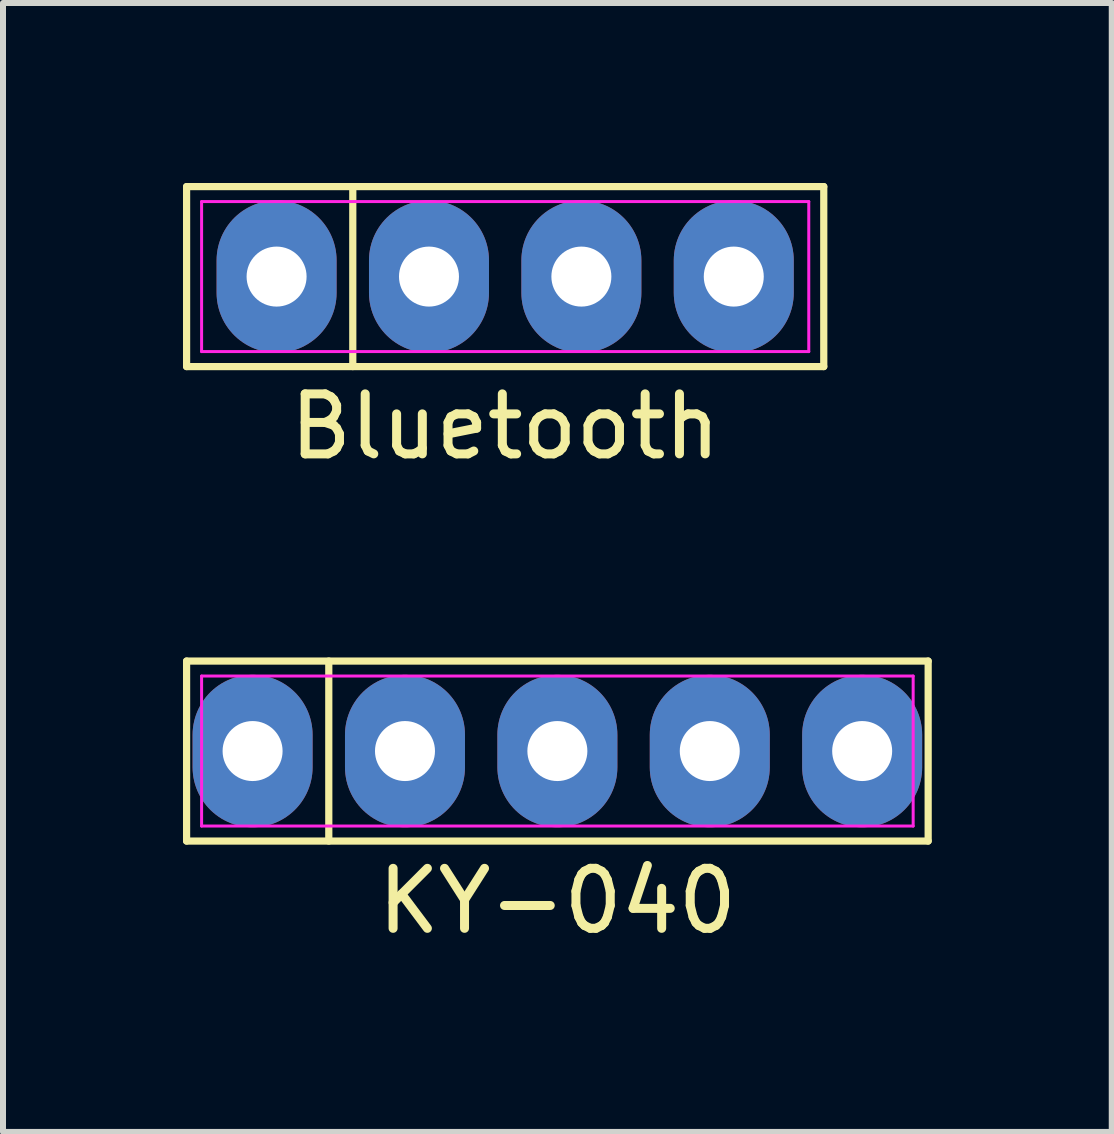
<source format=kicad_pcb>
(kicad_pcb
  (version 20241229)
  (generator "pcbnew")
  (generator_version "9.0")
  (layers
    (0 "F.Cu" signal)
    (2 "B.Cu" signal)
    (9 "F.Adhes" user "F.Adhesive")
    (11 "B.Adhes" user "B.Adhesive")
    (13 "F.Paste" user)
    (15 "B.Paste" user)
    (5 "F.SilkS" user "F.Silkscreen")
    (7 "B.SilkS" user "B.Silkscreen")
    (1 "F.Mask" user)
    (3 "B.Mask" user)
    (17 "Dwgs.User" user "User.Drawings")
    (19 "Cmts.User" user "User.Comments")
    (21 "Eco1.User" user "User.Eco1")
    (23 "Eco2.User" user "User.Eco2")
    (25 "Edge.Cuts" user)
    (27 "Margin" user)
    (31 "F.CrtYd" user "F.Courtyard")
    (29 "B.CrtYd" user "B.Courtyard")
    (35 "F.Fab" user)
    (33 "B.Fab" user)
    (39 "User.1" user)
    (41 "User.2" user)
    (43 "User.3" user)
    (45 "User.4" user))
  (footprint "KY-040"
    (layer "F.Cu")
    (at 6.24 9.468)
    (property "Reference" "KY-040" (at 0 2.5 0) (layer "F.SilkS") (effects (font (size 1 1) (thickness 0.15))))
    (fp_line (start -6.18 -1.5) (end 6.18 -1.5) (stroke (width 0.12) (type solid)) (layer "F.SilkS"))
    (fp_line (start -6.18 1.5) (end -6.18 -1.5) (stroke (width 0.12) (type solid)) (layer "F.SilkS"))
    (fp_line (start -3.81 -1.5) (end -3.81 1.5) (stroke (width 0.12) (type solid)) (layer "F.SilkS"))
    (fp_line (start 6.18 -1.5) (end 6.18 1.5) (stroke (width 0.12) (type solid)) (layer "F.SilkS"))
    (fp_line (start 6.18 1.5) (end -6.18 1.5) (stroke (width 0.12) (type solid)) (layer "F.SilkS"))
    (fp_line (start -5.93 -1.25) (end 5.93 -1.25) (stroke (width 0.05) (type solid)) (layer "F.CrtYd"))
    (fp_line (start -5.93 1.25) (end -5.93 -1.25) (stroke (width 0.05) (type solid)) (layer "F.CrtYd"))
    (fp_line (start 5.93 -1.25) (end 5.93 1.25) (stroke (width 0.05) (type solid)) (layer "F.CrtYd"))
    (fp_line (start 5.93 1.25) (end -5.93 1.25) (stroke (width 0.05) (type solid)) (layer "F.CrtYd"))
    (pad "1" thru_hole oval (at -5.08 0) (size 2 2.54) (drill 1) (layers "*.Cu" "*.Mask"))
    (pad "2" thru_hole oval (at -2.54 0) (size 2 2.54) (drill 1) (layers "*.Cu" "*.Mask"))
    (pad "3" thru_hole oval (at 0 0) (size 2 2.54) (drill 1) (layers "*.Cu" "*.Mask"))
    (pad "4" thru_hole oval (at 2.54 0) (size 2 2.54) (drill 1) (layers "*.Cu" "*.Mask"))
    (pad "5" thru_hole oval (at 5.08 0) (size 2 2.54) (drill 1) (layers "*.Cu" "*.Mask")))
  (footprint "Bluetooth"
    (layer "F.Cu")
    (at 5.37 1.56)
    (property "Reference" "Bluetooth" (at 0 2.5 0) (layer "F.SilkS") (effects (font (size 1 1) (thickness 0.15))))
    (fp_line (start -5.31 -1.5) (end 5.31 -1.5) (stroke (width 0.12) (type solid)) (layer "F.SilkS"))
    (fp_line (start -5.31 1.5) (end -5.31 -1.5) (stroke (width 0.12) (type solid)) (layer "F.SilkS"))
    (fp_line (start -2.54 -1.5) (end -2.54 1.5) (stroke (width 0.12) (type solid)) (layer "F.SilkS"))
    (fp_line (start 5.31 -1.5) (end 5.31 1.5) (stroke (width 0.12) (type solid)) (layer "F.SilkS"))
    (fp_line (start 5.31 1.5) (end -5.31 1.5) (stroke (width 0.12) (type solid)) (layer "F.SilkS"))
    (fp_line (start -5.06 -1.25) (end 5.06 -1.25) (stroke (width 0.05) (type solid)) (layer "F.CrtYd"))
    (fp_line (start -5.06 1.25) (end -5.06 -1.25) (stroke (width 0.05) (type solid)) (layer "F.CrtYd"))
    (fp_line (start 5.06 -1.25) (end 5.06 1.25) (stroke (width 0.05) (type solid)) (layer "F.CrtYd"))
    (fp_line (start 5.06 1.25) (end -5.06 1.25) (stroke (width 0.05) (type solid)) (layer "F.CrtYd"))
    (pad "1" thru_hole oval (at -3.81 0) (size 2 2.54) (drill 1) (layers "*.Cu" "*.Mask"))
    (pad "2" thru_hole oval (at -1.27 0) (size 2 2.54) (drill 1) (layers "*.Cu" "*.Mask"))
    (pad "3" thru_hole oval (at 1.27 0) (size 2 2.54) (drill 1) (layers "*.Cu" "*.Mask"))
    (pad "4" thru_hole oval (at 3.81 0) (size 2 2.54) (drill 1) (layers "*.Cu" "*.Mask")))
  (gr_rect
    (start -3 -3)
    (end 15.48 15.816)
    (stroke (width 0.1) (type default))
    (fill no)
    (layer "Edge.Cuts")))
</source>
